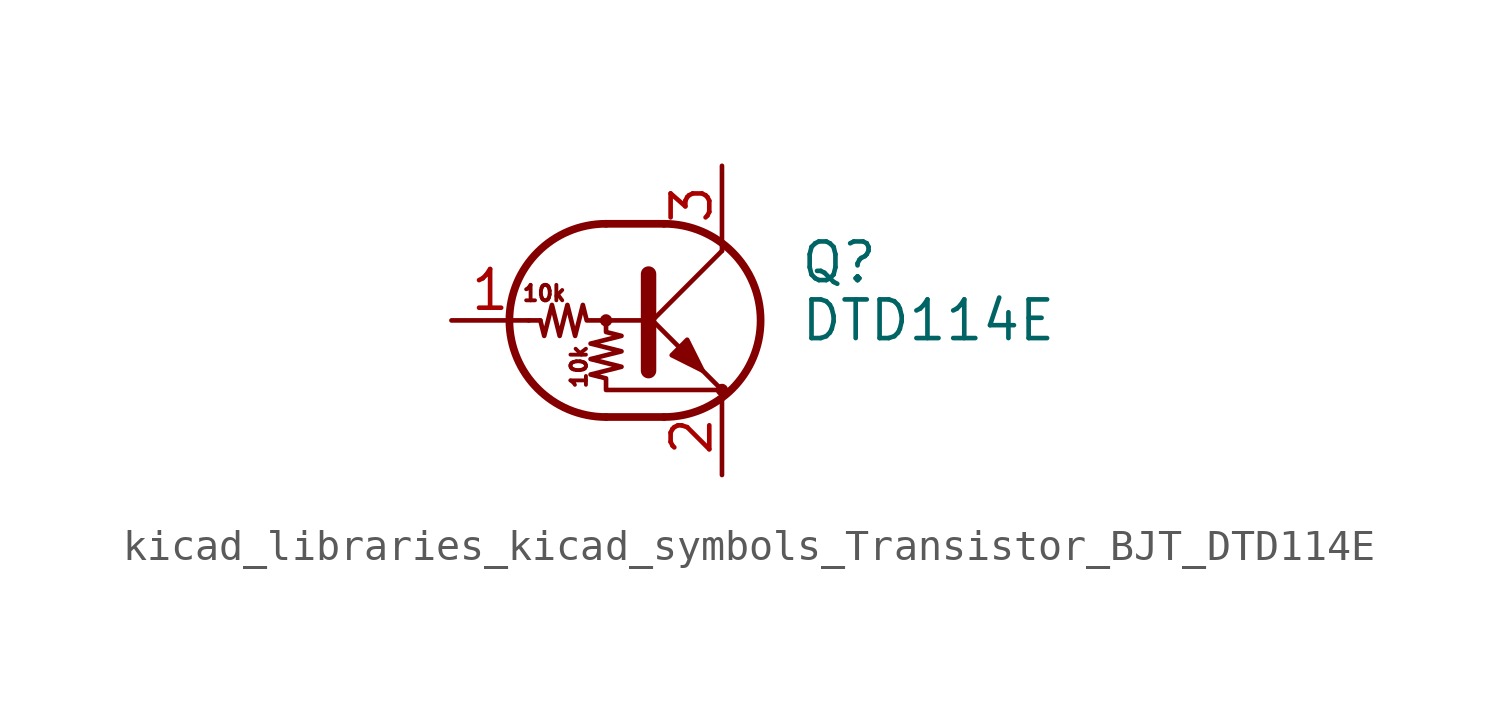
<source format=kicad_sym>
(kicad_symbol_lib
  (version 20220914)
  (generator kicad_symbol_editor)
  (symbol "kicad_libraries_kicad_symbols_Transistor_BJT_DTD114E"
    (pin_names
      (offset 0) hide)
    (property "Reference" "Q"
      (at 5.08 1.905 0)
      (effects (font (size 1.27 1.27)) (justify left)))
    (property "Value" "DTD114E"
      (at 5.08 0 0)
      (effects (font (size 1.27 1.27)) (justify left)))
    (symbol "kicad_libraries_kicad_symbols_Transistor_BJT_DTD114E_0_0"
      (text "10k" (at -3.302 0.889 0) (effects (font (size 0.508 0.508))))
      (text "10k" (at -2.159 -1.524 900) (effects (font (size 0.508 0.508)))))
    (symbol "kicad_libraries_kicad_symbols_Transistor_BJT_DTD114E_0_1"
      (circle (center -1.27 0) (radius 0.127) (stroke (width 0) (type default)) (fill (type none)))
      (arc (start -1.27 3.175) (mid -4.4312 0) (end -1.27 -3.175) (stroke (width 0.254) (type default)) (fill (type none)))
      (polyline (pts (xy -3.429 0) (xy -3.81 0)) (stroke (width 0) (type default)) (fill (type none)))
      (polyline (pts (xy -1.27 -3.175) (xy 0.635 -3.175)) (stroke (width 0.254) (type default)) (fill (type none)))
      (polyline (pts (xy -1.27 3.175) (xy 0.635 3.175)) (stroke (width 0.254) (type default)) (fill (type none)))
      (polyline (pts (xy 0 -0.254) (xy 2.54 2.286)) (stroke (width 0) (type default)) (fill (type none)))
      (polyline (pts (xy 0.127 1.524) (xy 0.127 -1.651)) (stroke (width 0.508) (type default)) (fill (type outline)))
      (polyline (pts (xy 2.54 2.286) (xy 2.54 2.54)) (stroke (width 0) (type default)) (fill (type none)))
      (polyline (pts (xy 2.54 -2.286) (xy 0 0.254) (xy 0 0.254)) (stroke (width 0) (type default)) (fill (type none)))
      (polyline (pts (xy 0.889 -1.143) (xy 1.397 -0.635) (xy 1.905 -1.651) (xy 0.889 -1.143)) (stroke (width 0) (type default)) (fill (type outline)))
      (polyline (pts (xy 0 0) (xy -1.905 0) (xy -2.032 0.508) (xy -2.286 -0.508) (xy -2.54 0.508) (xy -2.794 -0.508) (xy -3.048 0.508) (xy -3.302 -0.508) (xy -3.429 0)) (stroke (width 0) (type default)) (fill (type none)))
      (polyline (pts (xy -1.27 0) (xy -1.27 -0.381) (xy -0.762 -0.508) (xy -1.778 -0.762) (xy -0.762 -1.016) (xy -1.778 -1.27) (xy -0.762 -1.524) (xy -1.778 -1.778) (xy -1.27 -1.905) (xy -1.27 -2.286) (xy 2.54 -2.286)) (stroke (width 0) (type default)) (fill (type none)))
      (arc (start 0.635 -3.175) (mid 3.7962 0) (end 0.635 3.175) (stroke (width 0.254) (type default)) (fill (type none)))
      (circle (center 2.54 -2.286) (radius 0.127) (stroke (width 0) (type default)) (fill (type none))))
    (symbol "kicad_libraries_kicad_symbols_Transistor_BJT_DTD114E_1_1"
      (pin input line (at -6.35 0 0) (length 2.54) (name "B" (effects (font (size 1.27 1.27)))) (number "1" (effects (font (size 1.27 1.27)))))
      (pin passive line (at 2.54 -5.08 90) (length 2.54) (name "E" (effects (font (size 1.27 1.27)))) (number "2" (effects (font (size 1.27 1.27)))))
      (pin passive line (at 2.54 5.08 270) (length 2.54) (name "C" (effects (font (size 1.27 1.27)))) (number "3" (effects (font (size 1.27 1.27))))))))
</source>
